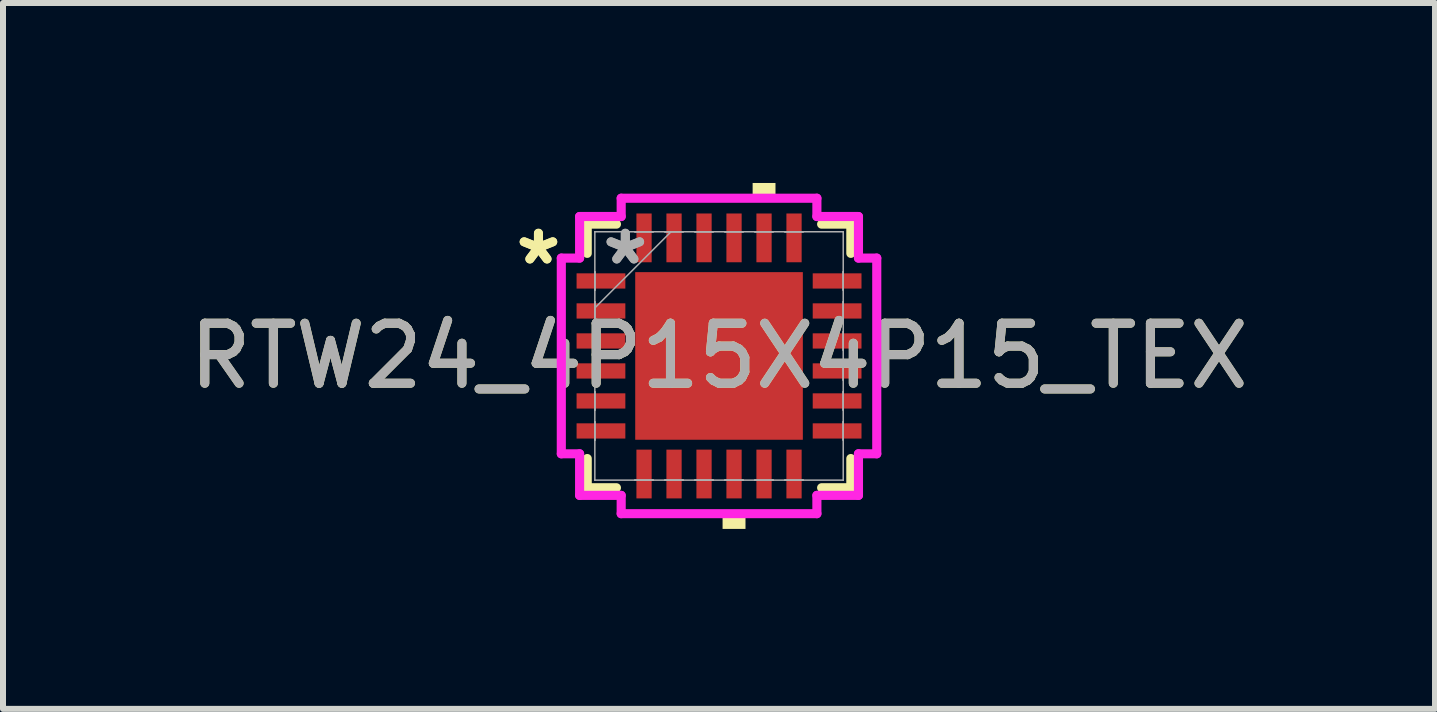
<source format=kicad_pcb>
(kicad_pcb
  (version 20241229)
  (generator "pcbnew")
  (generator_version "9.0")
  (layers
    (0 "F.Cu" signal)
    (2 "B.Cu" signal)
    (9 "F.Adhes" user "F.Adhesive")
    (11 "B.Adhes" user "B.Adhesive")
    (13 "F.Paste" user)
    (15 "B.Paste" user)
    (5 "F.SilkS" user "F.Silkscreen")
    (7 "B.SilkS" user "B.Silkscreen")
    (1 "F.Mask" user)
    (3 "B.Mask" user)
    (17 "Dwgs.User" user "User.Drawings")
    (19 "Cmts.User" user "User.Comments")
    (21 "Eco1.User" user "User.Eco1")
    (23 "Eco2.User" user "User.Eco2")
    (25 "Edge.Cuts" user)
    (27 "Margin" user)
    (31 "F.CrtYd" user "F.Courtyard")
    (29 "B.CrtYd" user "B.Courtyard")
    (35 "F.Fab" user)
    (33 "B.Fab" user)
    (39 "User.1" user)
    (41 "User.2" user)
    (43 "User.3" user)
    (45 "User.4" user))
  (footprint "RTW24_4P15X4P15_TEX"
    (layer "F.Cu")
    (at 8.935 2.883)
    (property "Reference" "RTW24_4P15X4P15_TEX" (at 0 0 0) (unlocked yes) (layer "F.SilkS") (effects (font (size 1 1) (thickness 0.15))))
    (attr smd)
    (fp_line (start -2.197 -2.197) (end -2.197 -1.71) (stroke (width 0.152) (type solid)) (layer "F.SilkS"))
    (fp_line (start -2.197 1.71) (end -2.197 2.197) (stroke (width 0.152) (type solid)) (layer "F.SilkS"))
    (fp_line (start -2.197 2.197) (end -1.71 2.197) (stroke (width 0.152) (type solid)) (layer "F.SilkS"))
    (fp_line (start -1.71 -2.197) (end -2.197 -2.197) (stroke (width 0.152) (type solid)) (layer "F.SilkS"))
    (fp_line (start 1.71 2.197) (end 2.197 2.197) (stroke (width 0.152) (type solid)) (layer "F.SilkS"))
    (fp_line (start 2.197 -2.197) (end 1.71 -2.197) (stroke (width 0.152) (type solid)) (layer "F.SilkS"))
    (fp_line (start 2.197 -1.71) (end 2.197 -2.197) (stroke (width 0.152) (type solid)) (layer "F.SilkS"))
    (fp_line (start 2.197 2.197) (end 2.197 1.71) (stroke (width 0.152) (type solid)) (layer "F.SilkS"))
    (fp_poly (pts (xy 0.059 2.629) (xy 0.059 2.883) (xy 0.441 2.883) (xy 0.441 2.629)) (stroke (width 0) (type solid)) (fill yes) (layer "F.SilkS"))
    (fp_poly (pts (xy 0.56 -2.629) (xy 0.56 -2.883) (xy 0.941 -2.883) (xy 0.941 -2.629)) (stroke (width 0) (type solid)) (fill yes) (layer "F.SilkS"))
    (fp_poly (pts (xy -1.297 -1.297) (xy -1.297 -0.1) (xy -0.1 -0.1) (xy -0.1 -1.297)) (stroke (width 0) (type solid)) (fill yes) (layer "F.Paste"))
    (fp_poly (pts (xy -1.297 0.1) (xy -1.297 1.297) (xy -0.1 1.297) (xy -0.1 0.1)) (stroke (width 0) (type solid)) (fill yes) (layer "F.Paste"))
    (fp_poly (pts (xy 0.1 -1.297) (xy 0.1 -0.1) (xy 1.297 -0.1) (xy 1.297 -1.297)) (stroke (width 0) (type solid)) (fill yes) (layer "F.Paste"))
    (fp_poly (pts (xy 0.1 0.1) (xy 0.1 1.297) (xy 1.297 1.297) (xy 1.297 0.1)) (stroke (width 0) (type solid)) (fill yes) (layer "F.Paste"))
    (fp_line (start -2.629 -1.631) (end -2.324 -1.631) (stroke (width 0.152) (type solid)) (layer "F.CrtYd"))
    (fp_line (start -2.629 1.631) (end -2.629 -1.631) (stroke (width 0.152) (type solid)) (layer "F.CrtYd"))
    (fp_line (start -2.324 -2.324) (end -1.631 -2.324) (stroke (width 0.152) (type solid)) (layer "F.CrtYd"))
    (fp_line (start -2.324 -1.631) (end -2.324 -2.324) (stroke (width 0.152) (type solid)) (layer "F.CrtYd"))
    (fp_line (start -2.324 1.631) (end -2.629 1.631) (stroke (width 0.152) (type solid)) (layer "F.CrtYd"))
    (fp_line (start -2.324 2.324) (end -2.324 1.631) (stroke (width 0.152) (type solid)) (layer "F.CrtYd"))
    (fp_line (start -1.631 -2.629) (end 1.631 -2.629) (stroke (width 0.152) (type solid)) (layer "F.CrtYd"))
    (fp_line (start -1.631 -2.324) (end -1.631 -2.629) (stroke (width 0.152) (type solid)) (layer "F.CrtYd"))
    (fp_line (start -1.631 2.324) (end -2.324 2.324) (stroke (width 0.152) (type solid)) (layer "F.CrtYd"))
    (fp_line (start -1.631 2.629) (end -1.631 2.324) (stroke (width 0.152) (type solid)) (layer "F.CrtYd"))
    (fp_line (start 1.631 -2.629) (end 1.631 -2.324) (stroke (width 0.152) (type solid)) (layer "F.CrtYd"))
    (fp_line (start 1.631 -2.324) (end 2.324 -2.324) (stroke (width 0.152) (type solid)) (layer "F.CrtYd"))
    (fp_line (start 1.631 2.324) (end 1.631 2.629) (stroke (width 0.152) (type solid)) (layer "F.CrtYd"))
    (fp_line (start 1.631 2.629) (end -1.631 2.629) (stroke (width 0.152) (type solid)) (layer "F.CrtYd"))
    (fp_line (start 2.324 -2.324) (end 2.324 -1.631) (stroke (width 0.152) (type solid)) (layer "F.CrtYd"))
    (fp_line (start 2.324 -1.631) (end 2.629 -1.631) (stroke (width 0.152) (type solid)) (layer "F.CrtYd"))
    (fp_line (start 2.324 1.631) (end 2.324 2.324) (stroke (width 0.152) (type solid)) (layer "F.CrtYd"))
    (fp_line (start 2.324 2.324) (end 1.631 2.324) (stroke (width 0.152) (type solid)) (layer "F.CrtYd"))
    (fp_line (start 2.629 -1.631) (end 2.629 1.631) (stroke (width 0.152) (type solid)) (layer "F.CrtYd"))
    (fp_line (start 2.629 1.631) (end 2.324 1.631) (stroke (width 0.152) (type solid)) (layer "F.CrtYd"))
    (fp_line (start -2.07 -2.07) (end -2.07 -2.07) (stroke (width 0.025) (type solid)) (layer "F.Fab"))
    (fp_line (start -2.07 -2.07) (end -2.07 2.07) (stroke (width 0.025) (type solid)) (layer "F.Fab"))
    (fp_line (start -2.07 -1.402) (end -2.07 -1.402) (stroke (width 0.025) (type solid)) (layer "F.Fab"))
    (fp_line (start -2.07 -1.402) (end -2.07 -1.098) (stroke (width 0.025) (type solid)) (layer "F.Fab"))
    (fp_line (start -2.07 -1.098) (end -2.07 -1.402) (stroke (width 0.025) (type solid)) (layer "F.Fab"))
    (fp_line (start -2.07 -1.098) (end -2.07 -1.098) (stroke (width 0.025) (type solid)) (layer "F.Fab"))
    (fp_line (start -2.07 -0.902) (end -2.07 -0.902) (stroke (width 0.025) (type solid)) (layer "F.Fab"))
    (fp_line (start -2.07 -0.902) (end -2.07 -0.598) (stroke (width 0.025) (type solid)) (layer "F.Fab"))
    (fp_line (start -2.07 -0.8) (end -0.8 -2.07) (stroke (width 0.025) (type solid)) (layer "F.Fab"))
    (fp_line (start -2.07 -0.598) (end -2.07 -0.902) (stroke (width 0.025) (type solid)) (layer "F.Fab"))
    (fp_line (start -2.07 -0.598) (end -2.07 -0.598) (stroke (width 0.025) (type solid)) (layer "F.Fab"))
    (fp_line (start -2.07 -0.402) (end -2.07 -0.402) (stroke (width 0.025) (type solid)) (layer "F.Fab"))
    (fp_line (start -2.07 -0.402) (end -2.07 -0.098) (stroke (width 0.025) (type solid)) (layer "F.Fab"))
    (fp_line (start -2.07 -0.098) (end -2.07 -0.402) (stroke (width 0.025) (type solid)) (layer "F.Fab"))
    (fp_line (start -2.07 -0.098) (end -2.07 -0.098) (stroke (width 0.025) (type solid)) (layer "F.Fab"))
    (fp_line (start -2.07 0.098) (end -2.07 0.098) (stroke (width 0.025) (type solid)) (layer "F.Fab"))
    (fp_line (start -2.07 0.098) (end -2.07 0.402) (stroke (width 0.025) (type solid)) (layer "F.Fab"))
    (fp_line (start -2.07 0.402) (end -2.07 0.098) (stroke (width 0.025) (type solid)) (layer "F.Fab"))
    (fp_line (start -2.07 0.402) (end -2.07 0.402) (stroke (width 0.025) (type solid)) (layer "F.Fab"))
    (fp_line (start -2.07 0.598) (end -2.07 0.598) (stroke (width 0.025) (type solid)) (layer "F.Fab"))
    (fp_line (start -2.07 0.598) (end -2.07 0.902) (stroke (width 0.025) (type solid)) (layer "F.Fab"))
    (fp_line (start -2.07 0.902) (end -2.07 0.598) (stroke (width 0.025) (type solid)) (layer "F.Fab"))
    (fp_line (start -2.07 0.902) (end -2.07 0.902) (stroke (width 0.025) (type solid)) (layer "F.Fab"))
    (fp_line (start -2.07 1.098) (end -2.07 1.098) (stroke (width 0.025) (type solid)) (layer "F.Fab"))
    (fp_line (start -2.07 1.098) (end -2.07 1.402) (stroke (width 0.025) (type solid)) (layer "F.Fab"))
    (fp_line (start -2.07 1.402) (end -2.07 1.098) (stroke (width 0.025) (type solid)) (layer "F.Fab"))
    (fp_line (start -2.07 1.402) (end -2.07 1.402) (stroke (width 0.025) (type solid)) (layer "F.Fab"))
    (fp_line (start -2.07 2.07) (end -2.07 2.07) (stroke (width 0.025) (type solid)) (layer "F.Fab"))
    (fp_line (start -2.07 2.07) (end 2.07 2.07) (stroke (width 0.025) (type solid)) (layer "F.Fab"))
    (fp_line (start -1.402 -2.07) (end -1.402 -2.07) (stroke (width 0.025) (type solid)) (layer "F.Fab"))
    (fp_line (start -1.402 -2.07) (end -1.098 -2.07) (stroke (width 0.025) (type solid)) (layer "F.Fab"))
    (fp_line (start -1.402 2.07) (end -1.402 2.07) (stroke (width 0.025) (type solid)) (layer "F.Fab"))
    (fp_line (start -1.402 2.07) (end -1.098 2.07) (stroke (width 0.025) (type solid)) (layer "F.Fab"))
    (fp_line (start -1.098 -2.07) (end -1.402 -2.07) (stroke (width 0.025) (type solid)) (layer "F.Fab"))
    (fp_line (start -1.098 -2.07) (end -1.098 -2.07) (stroke (width 0.025) (type solid)) (layer "F.Fab"))
    (fp_line (start -1.098 2.07) (end -1.402 2.07) (stroke (width 0.025) (type solid)) (layer "F.Fab"))
    (fp_line (start -1.098 2.07) (end -1.098 2.07) (stroke (width 0.025) (type solid)) (layer "F.Fab"))
    (fp_line (start -0.902 -2.07) (end -0.902 -2.07) (stroke (width 0.025) (type solid)) (layer "F.Fab"))
    (fp_line (start -0.902 -2.07) (end -0.598 -2.07) (stroke (width 0.025) (type solid)) (layer "F.Fab"))
    (fp_line (start -0.902 2.07) (end -0.902 2.07) (stroke (width 0.025) (type solid)) (layer "F.Fab"))
    (fp_line (start -0.902 2.07) (end -0.598 2.07) (stroke (width 0.025) (type solid)) (layer "F.Fab"))
    (fp_line (start -0.598 -2.07) (end -0.902 -2.07) (stroke (width 0.025) (type solid)) (layer "F.Fab"))
    (fp_line (start -0.598 -2.07) (end -0.598 -2.07) (stroke (width 0.025) (type solid)) (layer "F.Fab"))
    (fp_line (start -0.598 2.07) (end -0.902 2.07) (stroke (width 0.025) (type solid)) (layer "F.Fab"))
    (fp_line (start -0.598 2.07) (end -0.598 2.07) (stroke (width 0.025) (type solid)) (layer "F.Fab"))
    (fp_line (start -0.402 -2.07) (end -0.402 -2.07) (stroke (width 0.025) (type solid)) (layer "F.Fab"))
    (fp_line (start -0.402 -2.07) (end -0.098 -2.07) (stroke (width 0.025) (type solid)) (layer "F.Fab"))
    (fp_line (start -0.402 2.07) (end -0.402 2.07) (stroke (width 0.025) (type solid)) (layer "F.Fab"))
    (fp_line (start -0.402 2.07) (end -0.098 2.07) (stroke (width 0.025) (type solid)) (layer "F.Fab"))
    (fp_line (start -0.098 -2.07) (end -0.402 -2.07) (stroke (width 0.025) (type solid)) (layer "F.Fab"))
    (fp_line (start -0.098 -2.07) (end -0.098 -2.07) (stroke (width 0.025) (type solid)) (layer "F.Fab"))
    (fp_line (start -0.098 2.07) (end -0.402 2.07) (stroke (width 0.025) (type solid)) (layer "F.Fab"))
    (fp_line (start -0.098 2.07) (end -0.098 2.07) (stroke (width 0.025) (type solid)) (layer "F.Fab"))
    (fp_line (start 0.098 -2.07) (end 0.098 -2.07) (stroke (width 0.025) (type solid)) (layer "F.Fab"))
    (fp_line (start 0.098 -2.07) (end 0.402 -2.07) (stroke (width 0.025) (type solid)) (layer "F.Fab"))
    (fp_line (start 0.098 2.07) (end 0.098 2.07) (stroke (width 0.025) (type solid)) (layer "F.Fab"))
    (fp_line (start 0.098 2.07) (end 0.402 2.07) (stroke (width 0.025) (type solid)) (layer "F.Fab"))
    (fp_line (start 0.402 -2.07) (end 0.098 -2.07) (stroke (width 0.025) (type solid)) (layer "F.Fab"))
    (fp_line (start 0.402 -2.07) (end 0.402 -2.07) (stroke (width 0.025) (type solid)) (layer "F.Fab"))
    (fp_line (start 0.402 2.07) (end 0.098 2.07) (stroke (width 0.025) (type solid)) (layer "F.Fab"))
    (fp_line (start 0.402 2.07) (end 0.402 2.07) (stroke (width 0.025) (type solid)) (layer "F.Fab"))
    (fp_line (start 0.598 -2.07) (end 0.598 -2.07) (stroke (width 0.025) (type solid)) (layer "F.Fab"))
    (fp_line (start 0.598 -2.07) (end 0.902 -2.07) (stroke (width 0.025) (type solid)) (layer "F.Fab"))
    (fp_line (start 0.598 2.07) (end 0.598 2.07) (stroke (width 0.025) (type solid)) (layer "F.Fab"))
    (fp_line (start 0.598 2.07) (end 0.902 2.07) (stroke (width 0.025) (type solid)) (layer "F.Fab"))
    (fp_line (start 0.902 -2.07) (end 0.598 -2.07) (stroke (width 0.025) (type solid)) (layer "F.Fab"))
    (fp_line (start 0.902 -2.07) (end 0.902 -2.07) (stroke (width 0.025) (type solid)) (layer "F.Fab"))
    (fp_line (start 0.902 2.07) (end 0.598 2.07) (stroke (width 0.025) (type solid)) (layer "F.Fab"))
    (fp_line (start 0.902 2.07) (end 0.902 2.07) (stroke (width 0.025) (type solid)) (layer "F.Fab"))
    (fp_line (start 1.098 -2.07) (end 1.098 -2.07) (stroke (width 0.025) (type solid)) (layer "F.Fab"))
    (fp_line (start 1.098 -2.07) (end 1.402 -2.07) (stroke (width 0.025) (type solid)) (layer "F.Fab"))
    (fp_line (start 1.098 2.07) (end 1.098 2.07) (stroke (width 0.025) (type solid)) (layer "F.Fab"))
    (fp_line (start 1.098 2.07) (end 1.402 2.07) (stroke (width 0.025) (type solid)) (layer "F.Fab"))
    (fp_line (start 1.402 -2.07) (end 1.098 -2.07) (stroke (width 0.025) (type solid)) (layer "F.Fab"))
    (fp_line (start 1.402 -2.07) (end 1.402 -2.07) (stroke (width 0.025) (type solid)) (layer "F.Fab"))
    (fp_line (start 1.402 2.07) (end 1.098 2.07) (stroke (width 0.025) (type solid)) (layer "F.Fab"))
    (fp_line (start 1.402 2.07) (end 1.402 2.07) (stroke (width 0.025) (type solid)) (layer "F.Fab"))
    (fp_line (start 2.07 -2.07) (end -2.07 -2.07) (stroke (width 0.025) (type solid)) (layer "F.Fab"))
    (fp_line (start 2.07 -2.07) (end 2.07 -2.07) (stroke (width 0.025) (type solid)) (layer "F.Fab"))
    (fp_line (start 2.07 -1.402) (end 2.07 -1.402) (stroke (width 0.025) (type solid)) (layer "F.Fab"))
    (fp_line (start 2.07 -1.402) (end 2.07 -1.098) (stroke (width 0.025) (type solid)) (layer "F.Fab"))
    (fp_line (start 2.07 -1.098) (end 2.07 -1.402) (stroke (width 0.025) (type solid)) (layer "F.Fab"))
    (fp_line (start 2.07 -1.098) (end 2.07 -1.098) (stroke (width 0.025) (type solid)) (layer "F.Fab"))
    (fp_line (start 2.07 -0.902) (end 2.07 -0.902) (stroke (width 0.025) (type solid)) (layer "F.Fab"))
    (fp_line (start 2.07 -0.902) (end 2.07 -0.598) (stroke (width 0.025) (type solid)) (layer "F.Fab"))
    (fp_line (start 2.07 -0.598) (end 2.07 -0.902) (stroke (width 0.025) (type solid)) (layer "F.Fab"))
    (fp_line (start 2.07 -0.598) (end 2.07 -0.598) (stroke (width 0.025) (type solid)) (layer "F.Fab"))
    (fp_line (start 2.07 -0.402) (end 2.07 -0.402) (stroke (width 0.025) (type solid)) (layer "F.Fab"))
    (fp_line (start 2.07 -0.402) (end 2.07 -0.098) (stroke (width 0.025) (type solid)) (layer "F.Fab"))
    (fp_line (start 2.07 -0.098) (end 2.07 -0.402) (stroke (width 0.025) (type solid)) (layer "F.Fab"))
    (fp_line (start 2.07 -0.098) (end 2.07 -0.098) (stroke (width 0.025) (type solid)) (layer "F.Fab"))
    (fp_line (start 2.07 0.098) (end 2.07 0.098) (stroke (width 0.025) (type solid)) (layer "F.Fab"))
    (fp_line (start 2.07 0.098) (end 2.07 0.402) (stroke (width 0.025) (type solid)) (layer "F.Fab"))
    (fp_line (start 2.07 0.402) (end 2.07 0.098) (stroke (width 0.025) (type solid)) (layer "F.Fab"))
    (fp_line (start 2.07 0.402) (end 2.07 0.402) (stroke (width 0.025) (type solid)) (layer "F.Fab"))
    (fp_line (start 2.07 0.598) (end 2.07 0.598) (stroke (width 0.025) (type solid)) (layer "F.Fab"))
    (fp_line (start 2.07 0.598) (end 2.07 0.902) (stroke (width 0.025) (type solid)) (layer "F.Fab"))
    (fp_line (start 2.07 0.902) (end 2.07 0.598) (stroke (width 0.025) (type solid)) (layer "F.Fab"))
    (fp_line (start 2.07 0.902) (end 2.07 0.902) (stroke (width 0.025) (type solid)) (layer "F.Fab"))
    (fp_line (start 2.07 1.098) (end 2.07 1.098) (stroke (width 0.025) (type solid)) (layer "F.Fab"))
    (fp_line (start 2.07 1.098) (end 2.07 1.402) (stroke (width 0.025) (type solid)) (layer "F.Fab"))
    (fp_line (start 2.07 1.402) (end 2.07 1.098) (stroke (width 0.025) (type solid)) (layer "F.Fab"))
    (fp_line (start 2.07 1.402) (end 2.07 1.402) (stroke (width 0.025) (type solid)) (layer "F.Fab"))
    (fp_line (start 2.07 2.07) (end 2.07 -2.07) (stroke (width 0.025) (type solid)) (layer "F.Fab"))
    (fp_line (start 2.07 2.07) (end 2.07 2.07) (stroke (width 0.025) (type solid)) (layer "F.Fab"))
    (fp_text user "*" (at -3.01 -1.5 0) (layer "F.SilkS") (effects (font (size 1 1) (thickness 0.15))))
    (fp_text user "*" (at -3.01 -1.5 0) (unlocked yes) (layer "F.SilkS") (effects (font (size 1 1) (thickness 0.15))))
    (fp_text user "*" (at -1.562 -1.5 0) (unlocked yes) (layer "F.Fab") (effects (font (size 1 1) (thickness 0.15))))
    (fp_text user "${REFERENCE}" (at 0 0 0) (unlocked yes) (layer "F.Fab") (effects (font (size 1 1) (thickness 0.15))))
    (fp_text user "*" (at -1.562 -1.5 0) (layer "F.Fab") (effects (font (size 1 1) (thickness 0.15))))
    (pad "1" smd rect (at -1.968 -1.25 90) (size 0.254 0.813) (layers "F.Cu" "F.Mask" "F.Paste"))
    (pad "2" smd rect (at -1.968 -0.75 90) (size 0.254 0.813) (layers "F.Cu" "F.Mask" "F.Paste"))
    (pad "3" smd rect (at -1.968 -0.25 90) (size 0.254 0.813) (layers "F.Cu" "F.Mask" "F.Paste"))
    (pad "4" smd rect (at -1.968 0.25 90) (size 0.254 0.813) (layers "F.Cu" "F.Mask" "F.Paste"))
    (pad "5" smd rect (at -1.968 0.75 90) (size 0.254 0.813) (layers "F.Cu" "F.Mask" "F.Paste"))
    (pad "6" smd rect (at -1.968 1.25 90) (size 0.254 0.813) (layers "F.Cu" "F.Mask" "F.Paste"))
    (pad "7" smd rect (at -1.25 1.968) (size 0.254 0.813) (layers "F.Cu" "F.Mask" "F.Paste"))
    (pad "8" smd rect (at -0.75 1.968) (size 0.254 0.813) (layers "F.Cu" "F.Mask" "F.Paste"))
    (pad "9" smd rect (at -0.25 1.968) (size 0.254 0.813) (layers "F.Cu" "F.Mask" "F.Paste"))
    (pad "10" smd rect (at 0.25 1.968) (size 0.254 0.813) (layers "F.Cu" "F.Mask" "F.Paste"))
    (pad "11" smd rect (at 0.75 1.968) (size 0.254 0.813) (layers "F.Cu" "F.Mask" "F.Paste"))
    (pad "12" smd rect (at 1.25 1.968) (size 0.254 0.813) (layers "F.Cu" "F.Mask" "F.Paste"))
    (pad "13" smd rect (at 1.968 1.25 90) (size 0.254 0.813) (layers "F.Cu" "F.Mask" "F.Paste"))
    (pad "14" smd rect (at 1.968 0.75 90) (size 0.254 0.813) (layers "F.Cu" "F.Mask" "F.Paste"))
    (pad "15" smd rect (at 1.968 0.25 90) (size 0.254 0.813) (layers "F.Cu" "F.Mask" "F.Paste"))
    (pad "16" smd rect (at 1.968 -0.25 90) (size 0.254 0.813) (layers "F.Cu" "F.Mask" "F.Paste"))
    (pad "17" smd rect (at 1.968 -0.75 90) (size 0.254 0.813) (layers "F.Cu" "F.Mask" "F.Paste"))
    (pad "18" smd rect (at 1.968 -1.25 90) (size 0.254 0.813) (layers "F.Cu" "F.Mask" "F.Paste"))
    (pad "19" smd rect (at 1.25 -1.968) (size 0.254 0.813) (layers "F.Cu" "F.Mask" "F.Paste"))
    (pad "20" smd rect (at 0.75 -1.968) (size 0.254 0.813) (layers "F.Cu" "F.Mask" "F.Paste"))
    (pad "21" smd rect (at 0.25 -1.968) (size 0.254 0.813) (layers "F.Cu" "F.Mask" "F.Paste"))
    (pad "22" smd rect (at -0.25 -1.968) (size 0.254 0.813) (layers "F.Cu" "F.Mask" "F.Paste"))
    (pad "23" smd rect (at -0.75 -1.968) (size 0.254 0.813) (layers "F.Cu" "F.Mask" "F.Paste"))
    (pad "24" smd rect (at -1.25 -1.968) (size 0.254 0.813) (layers "F.Cu" "F.Mask" "F.Paste"))
    (pad "25" smd rect (at 0 0) (size 2.794 2.794) (layers "F.Cu" "F.Mask")))
  (gr_rect
    (start -3 -3)
    (end 20.869 8.766)
    (stroke (width 0.1) (type default))
    (fill no)
    (layer "Edge.Cuts")))
</source>
